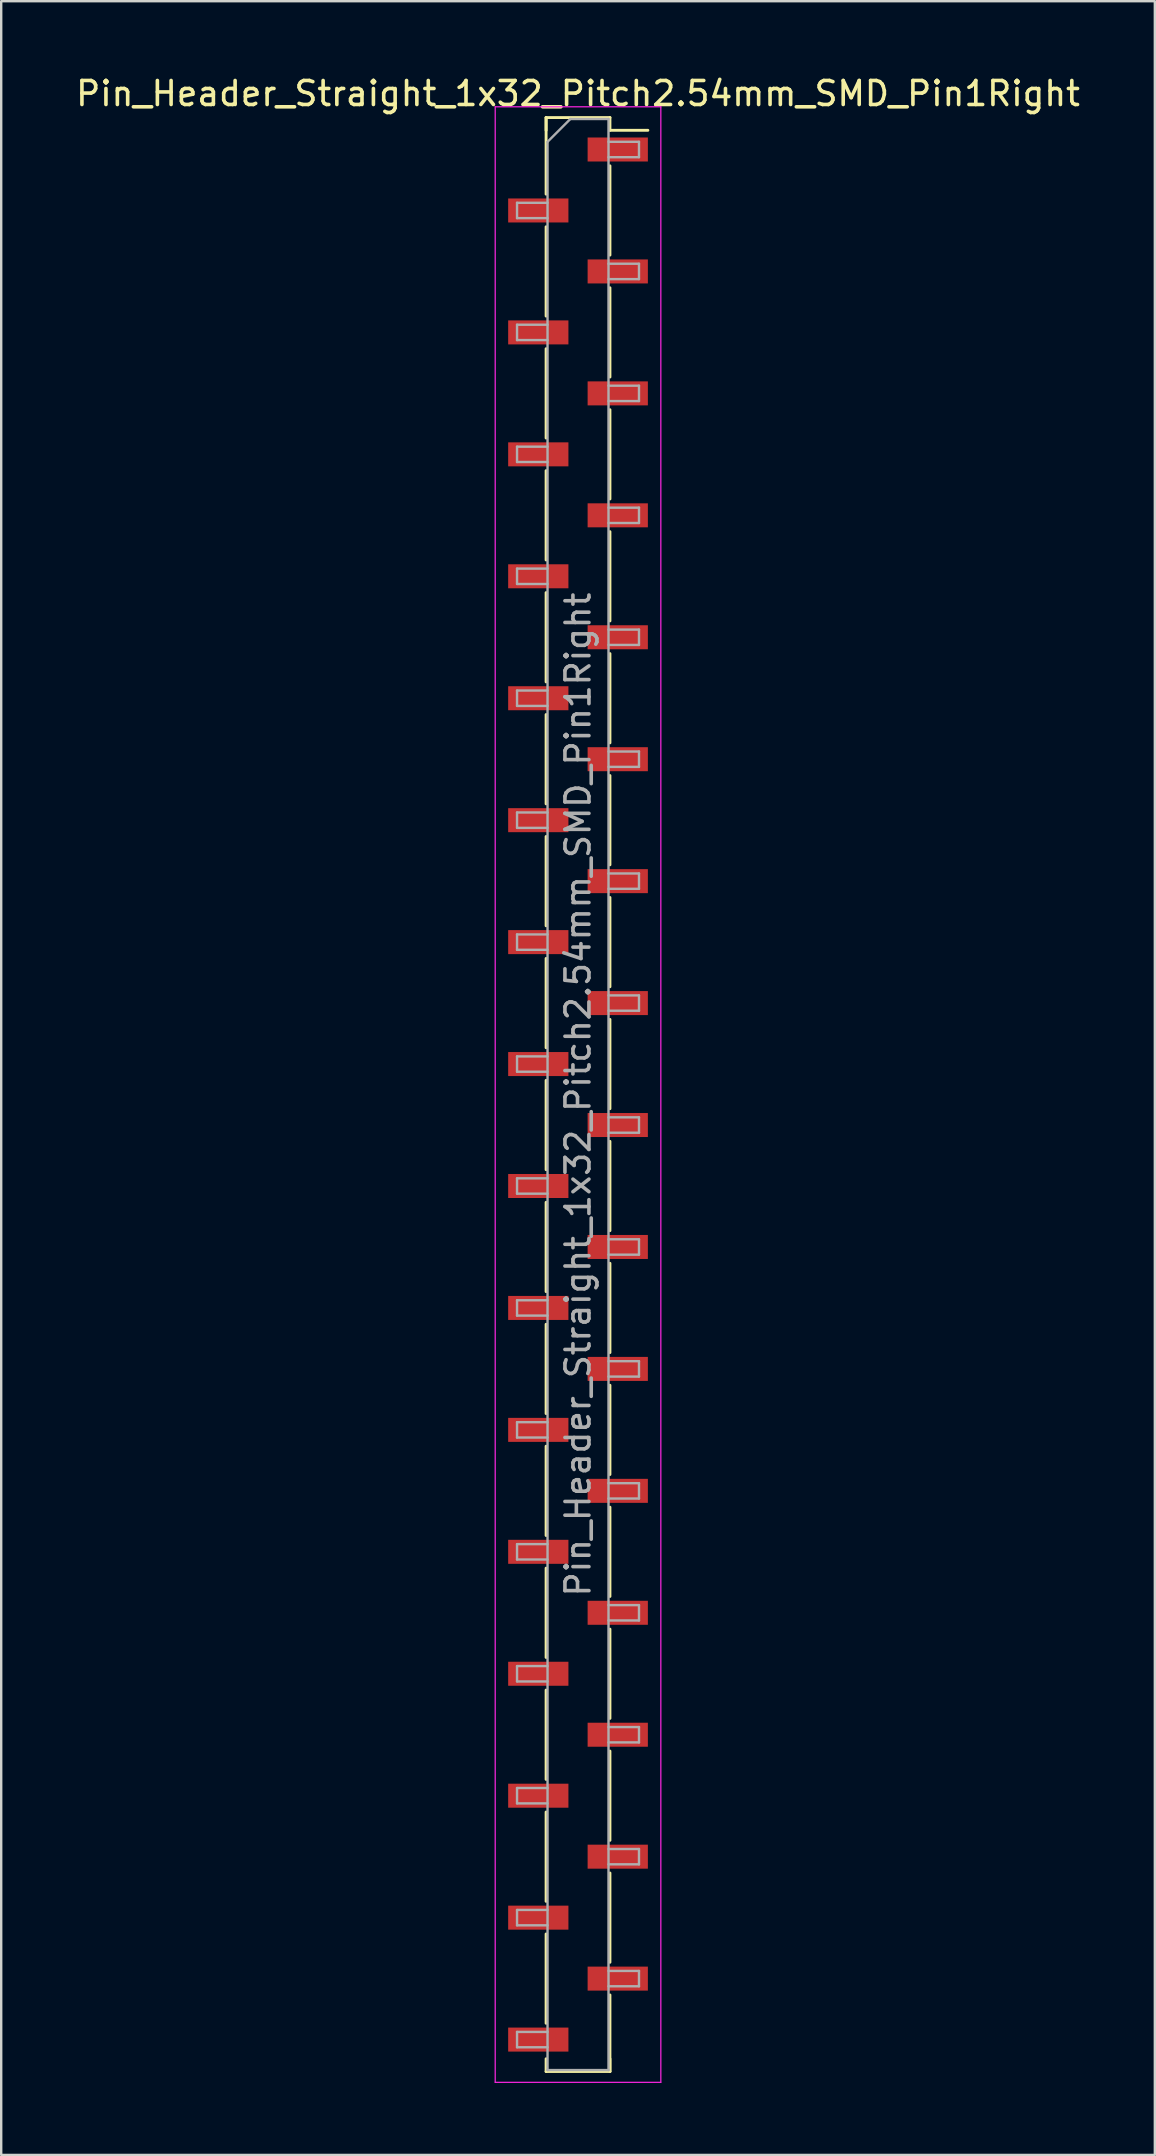
<source format=kicad_pcb>
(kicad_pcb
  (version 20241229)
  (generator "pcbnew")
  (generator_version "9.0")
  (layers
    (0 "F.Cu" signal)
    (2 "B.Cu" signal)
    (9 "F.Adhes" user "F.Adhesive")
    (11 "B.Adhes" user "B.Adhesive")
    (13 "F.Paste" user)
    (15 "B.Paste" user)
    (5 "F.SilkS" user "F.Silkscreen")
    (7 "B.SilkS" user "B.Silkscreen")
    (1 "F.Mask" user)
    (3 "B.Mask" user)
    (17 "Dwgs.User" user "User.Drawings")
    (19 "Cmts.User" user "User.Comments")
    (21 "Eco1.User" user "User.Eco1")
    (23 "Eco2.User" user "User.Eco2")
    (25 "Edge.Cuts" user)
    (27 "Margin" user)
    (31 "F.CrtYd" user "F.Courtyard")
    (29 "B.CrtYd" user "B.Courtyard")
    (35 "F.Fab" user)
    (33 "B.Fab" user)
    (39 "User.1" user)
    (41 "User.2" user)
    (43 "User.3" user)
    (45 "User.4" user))
  (footprint "Pin_Header_Straight_1x32_Pitch2.54mm_SMD_Pin1Right"
    (layer "F.Cu")
    (at 21.03 42.548)
    (property "Reference" "Pin_Header_Straight_1x32_Pitch2.54mm_SMD_Pin1Right" (at 0 -41.7 0) (layer "F.SilkS") (effects (font (size 1 1) (thickness 0.15))))
    (attr smd)
    (fp_line (start -1.33 -40.7) (end -1.33 -37.51) (stroke (width 0.12) (type solid)) (layer "F.SilkS"))
    (fp_line (start -1.33 -40.7) (end 1.33 -40.7) (stroke (width 0.12) (type solid)) (layer "F.SilkS"))
    (fp_line (start -1.33 -40.17) (end -1.33 -40.7) (stroke (width 0.12) (type solid)) (layer "F.SilkS"))
    (fp_line (start -1.33 -36.15) (end -1.33 -32.43) (stroke (width 0.12) (type solid)) (layer "F.SilkS"))
    (fp_line (start -1.33 -31.07) (end -1.33 -27.35) (stroke (width 0.12) (type solid)) (layer "F.SilkS"))
    (fp_line (start -1.33 -25.99) (end -1.33 -22.27) (stroke (width 0.12) (type solid)) (layer "F.SilkS"))
    (fp_line (start -1.33 -20.91) (end -1.33 -17.19) (stroke (width 0.12) (type solid)) (layer "F.SilkS"))
    (fp_line (start -1.33 -15.83) (end -1.33 -12.11) (stroke (width 0.12) (type solid)) (layer "F.SilkS"))
    (fp_line (start -1.33 -10.75) (end -1.33 -7.03) (stroke (width 0.12) (type solid)) (layer "F.SilkS"))
    (fp_line (start -1.33 -5.67) (end -1.33 -1.95) (stroke (width 0.12) (type solid)) (layer "F.SilkS"))
    (fp_line (start -1.33 -0.59) (end -1.33 3.13) (stroke (width 0.12) (type solid)) (layer "F.SilkS"))
    (fp_line (start -1.33 4.49) (end -1.33 8.21) (stroke (width 0.12) (type solid)) (layer "F.SilkS"))
    (fp_line (start -1.33 9.57) (end -1.33 13.29) (stroke (width 0.12) (type solid)) (layer "F.SilkS"))
    (fp_line (start -1.33 14.65) (end -1.33 18.37) (stroke (width 0.12) (type solid)) (layer "F.SilkS"))
    (fp_line (start -1.33 19.73) (end -1.33 23.45) (stroke (width 0.12) (type solid)) (layer "F.SilkS"))
    (fp_line (start -1.33 24.81) (end -1.33 28.53) (stroke (width 0.12) (type solid)) (layer "F.SilkS"))
    (fp_line (start -1.33 29.89) (end -1.33 33.61) (stroke (width 0.12) (type solid)) (layer "F.SilkS"))
    (fp_line (start -1.33 34.97) (end -1.33 38.69) (stroke (width 0.12) (type solid)) (layer "F.SilkS"))
    (fp_line (start -1.33 40.17) (end -1.33 40.7) (stroke (width 0.12) (type solid)) (layer "F.SilkS"))
    (fp_line (start -1.33 40.7) (end 1.33 40.7) (stroke (width 0.12) (type solid)) (layer "F.SilkS"))
    (fp_line (start 1.33 -40.7) (end 1.33 -40.17) (stroke (width 0.12) (type solid)) (layer "F.SilkS"))
    (fp_line (start 1.33 -40.17) (end 2.91 -40.17) (stroke (width 0.12) (type solid)) (layer "F.SilkS"))
    (fp_line (start 1.33 -38.69) (end 1.33 -34.97) (stroke (width 0.12) (type solid)) (layer "F.SilkS"))
    (fp_line (start 1.33 -33.61) (end 1.33 -29.89) (stroke (width 0.12) (type solid)) (layer "F.SilkS"))
    (fp_line (start 1.33 -28.53) (end 1.33 -24.81) (stroke (width 0.12) (type solid)) (layer "F.SilkS"))
    (fp_line (start 1.33 -23.45) (end 1.33 -19.73) (stroke (width 0.12) (type solid)) (layer "F.SilkS"))
    (fp_line (start 1.33 -18.37) (end 1.33 -14.65) (stroke (width 0.12) (type solid)) (layer "F.SilkS"))
    (fp_line (start 1.33 -13.29) (end 1.33 -9.57) (stroke (width 0.12) (type solid)) (layer "F.SilkS"))
    (fp_line (start 1.33 -8.21) (end 1.33 -4.49) (stroke (width 0.12) (type solid)) (layer "F.SilkS"))
    (fp_line (start 1.33 -3.13) (end 1.33 0.59) (stroke (width 0.12) (type solid)) (layer "F.SilkS"))
    (fp_line (start 1.33 1.95) (end 1.33 5.67) (stroke (width 0.12) (type solid)) (layer "F.SilkS"))
    (fp_line (start 1.33 7.03) (end 1.33 10.75) (stroke (width 0.12) (type solid)) (layer "F.SilkS"))
    (fp_line (start 1.33 12.11) (end 1.33 15.83) (stroke (width 0.12) (type solid)) (layer "F.SilkS"))
    (fp_line (start 1.33 17.19) (end 1.33 20.91) (stroke (width 0.12) (type solid)) (layer "F.SilkS"))
    (fp_line (start 1.33 22.27) (end 1.33 25.99) (stroke (width 0.12) (type solid)) (layer "F.SilkS"))
    (fp_line (start 1.33 27.35) (end 1.33 31.07) (stroke (width 0.12) (type solid)) (layer "F.SilkS"))
    (fp_line (start 1.33 32.43) (end 1.33 36.15) (stroke (width 0.12) (type solid)) (layer "F.SilkS"))
    (fp_line (start 1.33 37.51) (end 1.33 40.7) (stroke (width 0.12) (type solid)) (layer "F.SilkS"))
    (fp_line (start 1.33 40.7) (end 1.33 40.17) (stroke (width 0.12) (type solid)) (layer "F.SilkS"))
    (fp_line (start -3.45 -41.15) (end -3.45 41.15) (stroke (width 0.05) (type solid)) (layer "F.CrtYd"))
    (fp_line (start -3.45 41.15) (end 3.45 41.15) (stroke (width 0.05) (type solid)) (layer "F.CrtYd"))
    (fp_line (start 3.45 -41.15) (end -3.45 -41.15) (stroke (width 0.05) (type solid)) (layer "F.CrtYd"))
    (fp_line (start 3.45 41.15) (end 3.45 -41.15) (stroke (width 0.05) (type solid)) (layer "F.CrtYd"))
    (fp_line (start -2.54 -37.15) (end -2.54 -36.51) (stroke (width 0.1) (type solid)) (layer "F.Fab"))
    (fp_line (start -2.54 -36.51) (end -1.27 -36.51) (stroke (width 0.1) (type solid)) (layer "F.Fab"))
    (fp_line (start -2.54 -32.07) (end -2.54 -31.43) (stroke (width 0.1) (type solid)) (layer "F.Fab"))
    (fp_line (start -2.54 -31.43) (end -1.27 -31.43) (stroke (width 0.1) (type solid)) (layer "F.Fab"))
    (fp_line (start -2.54 -26.99) (end -2.54 -26.35) (stroke (width 0.1) (type solid)) (layer "F.Fab"))
    (fp_line (start -2.54 -26.35) (end -1.27 -26.35) (stroke (width 0.1) (type solid)) (layer "F.Fab"))
    (fp_line (start -2.54 -21.91) (end -2.54 -21.27) (stroke (width 0.1) (type solid)) (layer "F.Fab"))
    (fp_line (start -2.54 -21.27) (end -1.27 -21.27) (stroke (width 0.1) (type solid)) (layer "F.Fab"))
    (fp_line (start -2.54 -16.83) (end -2.54 -16.19) (stroke (width 0.1) (type solid)) (layer "F.Fab"))
    (fp_line (start -2.54 -16.19) (end -1.27 -16.19) (stroke (width 0.1) (type solid)) (layer "F.Fab"))
    (fp_line (start -2.54 -11.75) (end -2.54 -11.11) (stroke (width 0.1) (type solid)) (layer "F.Fab"))
    (fp_line (start -2.54 -11.11) (end -1.27 -11.11) (stroke (width 0.1) (type solid)) (layer "F.Fab"))
    (fp_line (start -2.54 -6.67) (end -2.54 -6.03) (stroke (width 0.1) (type solid)) (layer "F.Fab"))
    (fp_line (start -2.54 -6.03) (end -1.27 -6.03) (stroke (width 0.1) (type solid)) (layer "F.Fab"))
    (fp_line (start -2.54 -1.59) (end -2.54 -0.95) (stroke (width 0.1) (type solid)) (layer "F.Fab"))
    (fp_line (start -2.54 -0.95) (end -1.27 -0.95) (stroke (width 0.1) (type solid)) (layer "F.Fab"))
    (fp_line (start -2.54 3.49) (end -2.54 4.13) (stroke (width 0.1) (type solid)) (layer "F.Fab"))
    (fp_line (start -2.54 4.13) (end -1.27 4.13) (stroke (width 0.1) (type solid)) (layer "F.Fab"))
    (fp_line (start -2.54 8.57) (end -2.54 9.21) (stroke (width 0.1) (type solid)) (layer "F.Fab"))
    (fp_line (start -2.54 9.21) (end -1.27 9.21) (stroke (width 0.1) (type solid)) (layer "F.Fab"))
    (fp_line (start -2.54 13.65) (end -2.54 14.29) (stroke (width 0.1) (type solid)) (layer "F.Fab"))
    (fp_line (start -2.54 14.29) (end -1.27 14.29) (stroke (width 0.1) (type solid)) (layer "F.Fab"))
    (fp_line (start -2.54 18.73) (end -2.54 19.37) (stroke (width 0.1) (type solid)) (layer "F.Fab"))
    (fp_line (start -2.54 19.37) (end -1.27 19.37) (stroke (width 0.1) (type solid)) (layer "F.Fab"))
    (fp_line (start -2.54 23.81) (end -2.54 24.45) (stroke (width 0.1) (type solid)) (layer "F.Fab"))
    (fp_line (start -2.54 24.45) (end -1.27 24.45) (stroke (width 0.1) (type solid)) (layer "F.Fab"))
    (fp_line (start -2.54 28.89) (end -2.54 29.53) (stroke (width 0.1) (type solid)) (layer "F.Fab"))
    (fp_line (start -2.54 29.53) (end -1.27 29.53) (stroke (width 0.1) (type solid)) (layer "F.Fab"))
    (fp_line (start -2.54 33.97) (end -2.54 34.61) (stroke (width 0.1) (type solid)) (layer "F.Fab"))
    (fp_line (start -2.54 34.61) (end -1.27 34.61) (stroke (width 0.1) (type solid)) (layer "F.Fab"))
    (fp_line (start -2.54 39.05) (end -2.54 39.69) (stroke (width 0.1) (type solid)) (layer "F.Fab"))
    (fp_line (start -2.54 39.69) (end -1.27 39.69) (stroke (width 0.1) (type solid)) (layer "F.Fab"))
    (fp_line (start -1.27 -39.69) (end -0.32 -40.64) (stroke (width 0.1) (type solid)) (layer "F.Fab"))
    (fp_line (start -1.27 -37.15) (end -2.54 -37.15) (stroke (width 0.1) (type solid)) (layer "F.Fab"))
    (fp_line (start -1.27 -32.07) (end -2.54 -32.07) (stroke (width 0.1) (type solid)) (layer "F.Fab"))
    (fp_line (start -1.27 -26.99) (end -2.54 -26.99) (stroke (width 0.1) (type solid)) (layer "F.Fab"))
    (fp_line (start -1.27 -21.91) (end -2.54 -21.91) (stroke (width 0.1) (type solid)) (layer "F.Fab"))
    (fp_line (start -1.27 -16.83) (end -2.54 -16.83) (stroke (width 0.1) (type solid)) (layer "F.Fab"))
    (fp_line (start -1.27 -11.75) (end -2.54 -11.75) (stroke (width 0.1) (type solid)) (layer "F.Fab"))
    (fp_line (start -1.27 -6.67) (end -2.54 -6.67) (stroke (width 0.1) (type solid)) (layer "F.Fab"))
    (fp_line (start -1.27 -1.59) (end -2.54 -1.59) (stroke (width 0.1) (type solid)) (layer "F.Fab"))
    (fp_line (start -1.27 3.49) (end -2.54 3.49) (stroke (width 0.1) (type solid)) (layer "F.Fab"))
    (fp_line (start -1.27 8.57) (end -2.54 8.57) (stroke (width 0.1) (type solid)) (layer "F.Fab"))
    (fp_line (start -1.27 13.65) (end -2.54 13.65) (stroke (width 0.1) (type solid)) (layer "F.Fab"))
    (fp_line (start -1.27 18.73) (end -2.54 18.73) (stroke (width 0.1) (type solid)) (layer "F.Fab"))
    (fp_line (start -1.27 23.81) (end -2.54 23.81) (stroke (width 0.1) (type solid)) (layer "F.Fab"))
    (fp_line (start -1.27 28.89) (end -2.54 28.89) (stroke (width 0.1) (type solid)) (layer "F.Fab"))
    (fp_line (start -1.27 33.97) (end -2.54 33.97) (stroke (width 0.1) (type solid)) (layer "F.Fab"))
    (fp_line (start -1.27 39.05) (end -2.54 39.05) (stroke (width 0.1) (type solid)) (layer "F.Fab"))
    (fp_line (start -1.27 40.64) (end -1.27 -39.69) (stroke (width 0.1) (type solid)) (layer "F.Fab"))
    (fp_line (start -0.32 -40.64) (end 1.27 -40.64) (stroke (width 0.1) (type solid)) (layer "F.Fab"))
    (fp_line (start 1.27 -40.64) (end 1.27 40.64) (stroke (width 0.1) (type solid)) (layer "F.Fab"))
    (fp_line (start 1.27 -39.69) (end 2.54 -39.69) (stroke (width 0.1) (type solid)) (layer "F.Fab"))
    (fp_line (start 1.27 -34.61) (end 2.54 -34.61) (stroke (width 0.1) (type solid)) (layer "F.Fab"))
    (fp_line (start 1.27 -29.53) (end 2.54 -29.53) (stroke (width 0.1) (type solid)) (layer "F.Fab"))
    (fp_line (start 1.27 -24.45) (end 2.54 -24.45) (stroke (width 0.1) (type solid)) (layer "F.Fab"))
    (fp_line (start 1.27 -19.37) (end 2.54 -19.37) (stroke (width 0.1) (type solid)) (layer "F.Fab"))
    (fp_line (start 1.27 -14.29) (end 2.54 -14.29) (stroke (width 0.1) (type solid)) (layer "F.Fab"))
    (fp_line (start 1.27 -9.21) (end 2.54 -9.21) (stroke (width 0.1) (type solid)) (layer "F.Fab"))
    (fp_line (start 1.27 -4.13) (end 2.54 -4.13) (stroke (width 0.1) (type solid)) (layer "F.Fab"))
    (fp_line (start 1.27 0.95) (end 2.54 0.95) (stroke (width 0.1) (type solid)) (layer "F.Fab"))
    (fp_line (start 1.27 6.03) (end 2.54 6.03) (stroke (width 0.1) (type solid)) (layer "F.Fab"))
    (fp_line (start 1.27 11.11) (end 2.54 11.11) (stroke (width 0.1) (type solid)) (layer "F.Fab"))
    (fp_line (start 1.27 16.19) (end 2.54 16.19) (stroke (width 0.1) (type solid)) (layer "F.Fab"))
    (fp_line (start 1.27 21.27) (end 2.54 21.27) (stroke (width 0.1) (type solid)) (layer "F.Fab"))
    (fp_line (start 1.27 26.35) (end 2.54 26.35) (stroke (width 0.1) (type solid)) (layer "F.Fab"))
    (fp_line (start 1.27 31.43) (end 2.54 31.43) (stroke (width 0.1) (type solid)) (layer "F.Fab"))
    (fp_line (start 1.27 36.51) (end 2.54 36.51) (stroke (width 0.1) (type solid)) (layer "F.Fab"))
    (fp_line (start 1.27 40.64) (end -1.27 40.64) (stroke (width 0.1) (type solid)) (layer "F.Fab"))
    (fp_line (start 2.54 -39.69) (end 2.54 -39.05) (stroke (width 0.1) (type solid)) (layer "F.Fab"))
    (fp_line (start 2.54 -39.05) (end 1.27 -39.05) (stroke (width 0.1) (type solid)) (layer "F.Fab"))
    (fp_line (start 2.54 -34.61) (end 2.54 -33.97) (stroke (width 0.1) (type solid)) (layer "F.Fab"))
    (fp_line (start 2.54 -33.97) (end 1.27 -33.97) (stroke (width 0.1) (type solid)) (layer "F.Fab"))
    (fp_line (start 2.54 -29.53) (end 2.54 -28.89) (stroke (width 0.1) (type solid)) (layer "F.Fab"))
    (fp_line (start 2.54 -28.89) (end 1.27 -28.89) (stroke (width 0.1) (type solid)) (layer "F.Fab"))
    (fp_line (start 2.54 -24.45) (end 2.54 -23.81) (stroke (width 0.1) (type solid)) (layer "F.Fab"))
    (fp_line (start 2.54 -23.81) (end 1.27 -23.81) (stroke (width 0.1) (type solid)) (layer "F.Fab"))
    (fp_line (start 2.54 -19.37) (end 2.54 -18.73) (stroke (width 0.1) (type solid)) (layer "F.Fab"))
    (fp_line (start 2.54 -18.73) (end 1.27 -18.73) (stroke (width 0.1) (type solid)) (layer "F.Fab"))
    (fp_line (start 2.54 -14.29) (end 2.54 -13.65) (stroke (width 0.1) (type solid)) (layer "F.Fab"))
    (fp_line (start 2.54 -13.65) (end 1.27 -13.65) (stroke (width 0.1) (type solid)) (layer "F.Fab"))
    (fp_line (start 2.54 -9.21) (end 2.54 -8.57) (stroke (width 0.1) (type solid)) (layer "F.Fab"))
    (fp_line (start 2.54 -8.57) (end 1.27 -8.57) (stroke (width 0.1) (type solid)) (layer "F.Fab"))
    (fp_line (start 2.54 -4.13) (end 2.54 -3.49) (stroke (width 0.1) (type solid)) (layer "F.Fab"))
    (fp_line (start 2.54 -3.49) (end 1.27 -3.49) (stroke (width 0.1) (type solid)) (layer "F.Fab"))
    (fp_line (start 2.54 0.95) (end 2.54 1.59) (stroke (width 0.1) (type solid)) (layer "F.Fab"))
    (fp_line (start 2.54 1.59) (end 1.27 1.59) (stroke (width 0.1) (type solid)) (layer "F.Fab"))
    (fp_line (start 2.54 6.03) (end 2.54 6.67) (stroke (width 0.1) (type solid)) (layer "F.Fab"))
    (fp_line (start 2.54 6.67) (end 1.27 6.67) (stroke (width 0.1) (type solid)) (layer "F.Fab"))
    (fp_line (start 2.54 11.11) (end 2.54 11.75) (stroke (width 0.1) (type solid)) (layer "F.Fab"))
    (fp_line (start 2.54 11.75) (end 1.27 11.75) (stroke (width 0.1) (type solid)) (layer "F.Fab"))
    (fp_line (start 2.54 16.19) (end 2.54 16.83) (stroke (width 0.1) (type solid)) (layer "F.Fab"))
    (fp_line (start 2.54 16.83) (end 1.27 16.83) (stroke (width 0.1) (type solid)) (layer "F.Fab"))
    (fp_line (start 2.54 21.27) (end 2.54 21.91) (stroke (width 0.1) (type solid)) (layer "F.Fab"))
    (fp_line (start 2.54 21.91) (end 1.27 21.91) (stroke (width 0.1) (type solid)) (layer "F.Fab"))
    (fp_line (start 2.54 26.35) (end 2.54 26.99) (stroke (width 0.1) (type solid)) (layer "F.Fab"))
    (fp_line (start 2.54 26.99) (end 1.27 26.99) (stroke (width 0.1) (type solid)) (layer "F.Fab"))
    (fp_line (start 2.54 31.43) (end 2.54 32.07) (stroke (width 0.1) (type solid)) (layer "F.Fab"))
    (fp_line (start 2.54 32.07) (end 1.27 32.07) (stroke (width 0.1) (type solid)) (layer "F.Fab"))
    (fp_line (start 2.54 36.51) (end 2.54 37.15) (stroke (width 0.1) (type solid)) (layer "F.Fab"))
    (fp_line (start 2.54 37.15) (end 1.27 37.15) (stroke (width 0.1) (type solid)) (layer "F.Fab"))
    (fp_text user "${REFERENCE}" (at 0 0 90) (layer "F.Fab") (effects (font (size 1 1) (thickness 0.15))))
    (pad "1" smd rect (at 1.655 -39.37) (size 2.51 1) (layers "F.Cu" "F.Mask" "F.Paste"))
    (pad "2" smd rect (at -1.655 -36.83) (size 2.51 1) (layers "F.Cu" "F.Mask" "F.Paste"))
    (pad "3" smd rect (at 1.655 -34.29) (size 2.51 1) (layers "F.Cu" "F.Mask" "F.Paste"))
    (pad "4" smd rect (at -1.655 -31.75) (size 2.51 1) (layers "F.Cu" "F.Mask" "F.Paste"))
    (pad "5" smd rect (at 1.655 -29.21) (size 2.51 1) (layers "F.Cu" "F.Mask" "F.Paste"))
    (pad "6" smd rect (at -1.655 -26.67) (size 2.51 1) (layers "F.Cu" "F.Mask" "F.Paste"))
    (pad "7" smd rect (at 1.655 -24.13) (size 2.51 1) (layers "F.Cu" "F.Mask" "F.Paste"))
    (pad "8" smd rect (at -1.655 -21.59) (size 2.51 1) (layers "F.Cu" "F.Mask" "F.Paste"))
    (pad "9" smd rect (at 1.655 -19.05) (size 2.51 1) (layers "F.Cu" "F.Mask" "F.Paste"))
    (pad "10" smd rect (at -1.655 -16.51) (size 2.51 1) (layers "F.Cu" "F.Mask" "F.Paste"))
    (pad "11" smd rect (at 1.655 -13.97) (size 2.51 1) (layers "F.Cu" "F.Mask" "F.Paste"))
    (pad "12" smd rect (at -1.655 -11.43) (size 2.51 1) (layers "F.Cu" "F.Mask" "F.Paste"))
    (pad "13" smd rect (at 1.655 -8.89) (size 2.51 1) (layers "F.Cu" "F.Mask" "F.Paste"))
    (pad "14" smd rect (at -1.655 -6.35) (size 2.51 1) (layers "F.Cu" "F.Mask" "F.Paste"))
    (pad "15" smd rect (at 1.655 -3.81) (size 2.51 1) (layers "F.Cu" "F.Mask" "F.Paste"))
    (pad "16" smd rect (at -1.655 -1.27) (size 2.51 1) (layers "F.Cu" "F.Mask" "F.Paste"))
    (pad "17" smd rect (at 1.655 1.27) (size 2.51 1) (layers "F.Cu" "F.Mask" "F.Paste"))
    (pad "18" smd rect (at -1.655 3.81) (size 2.51 1) (layers "F.Cu" "F.Mask" "F.Paste"))
    (pad "19" smd rect (at 1.655 6.35) (size 2.51 1) (layers "F.Cu" "F.Mask" "F.Paste"))
    (pad "20" smd rect (at -1.655 8.89) (size 2.51 1) (layers "F.Cu" "F.Mask" "F.Paste"))
    (pad "21" smd rect (at 1.655 11.43) (size 2.51 1) (layers "F.Cu" "F.Mask" "F.Paste"))
    (pad "22" smd rect (at -1.655 13.97) (size 2.51 1) (layers "F.Cu" "F.Mask" "F.Paste"))
    (pad "23" smd rect (at 1.655 16.51) (size 2.51 1) (layers "F.Cu" "F.Mask" "F.Paste"))
    (pad "24" smd rect (at -1.655 19.05) (size 2.51 1) (layers "F.Cu" "F.Mask" "F.Paste"))
    (pad "25" smd rect (at 1.655 21.59) (size 2.51 1) (layers "F.Cu" "F.Mask" "F.Paste"))
    (pad "26" smd rect (at -1.655 24.13) (size 2.51 1) (layers "F.Cu" "F.Mask" "F.Paste"))
    (pad "27" smd rect (at 1.655 26.67) (size 2.51 1) (layers "F.Cu" "F.Mask" "F.Paste"))
    (pad "28" smd rect (at -1.655 29.21) (size 2.51 1) (layers "F.Cu" "F.Mask" "F.Paste"))
    (pad "29" smd rect (at 1.655 31.75) (size 2.51 1) (layers "F.Cu" "F.Mask" "F.Paste"))
    (pad "30" smd rect (at -1.655 34.29) (size 2.51 1) (layers "F.Cu" "F.Mask" "F.Paste"))
    (pad "31" smd rect (at 1.655 36.83) (size 2.51 1) (layers "F.Cu" "F.Mask" "F.Paste"))
    (pad "32" smd rect (at -1.655 39.37) (size 2.51 1) (layers "F.Cu" "F.Mask" "F.Paste")))
  (gr_rect
    (start -3 -3)
    (end 45.06 86.723)
    (stroke (width 0.1) (type default))
    (fill no)
    (layer "Edge.Cuts")))
</source>
